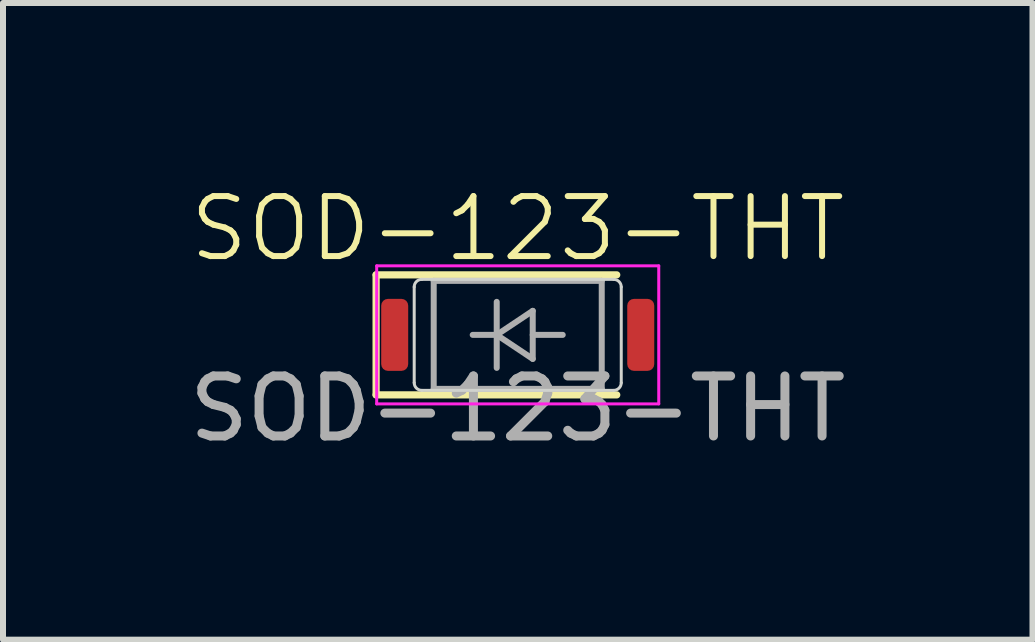
<source format=kicad_pcb>
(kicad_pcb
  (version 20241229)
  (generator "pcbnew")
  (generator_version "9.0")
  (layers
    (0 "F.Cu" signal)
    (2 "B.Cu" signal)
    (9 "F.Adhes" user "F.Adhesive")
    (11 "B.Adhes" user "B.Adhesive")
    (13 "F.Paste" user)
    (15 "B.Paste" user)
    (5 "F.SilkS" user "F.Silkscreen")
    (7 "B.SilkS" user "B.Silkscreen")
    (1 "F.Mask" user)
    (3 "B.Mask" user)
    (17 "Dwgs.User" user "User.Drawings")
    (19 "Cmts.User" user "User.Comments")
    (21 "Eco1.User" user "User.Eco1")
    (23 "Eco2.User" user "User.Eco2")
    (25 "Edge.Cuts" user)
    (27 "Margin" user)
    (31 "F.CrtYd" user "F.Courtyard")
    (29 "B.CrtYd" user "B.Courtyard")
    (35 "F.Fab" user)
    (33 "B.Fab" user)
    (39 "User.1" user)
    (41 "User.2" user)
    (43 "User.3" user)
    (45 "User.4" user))
  (footprint "SOD-123-THT"
    (layer "F.Cu")
    (at 5.577 2.53)
    (property "Reference" "SOD-123-THT" (at 0 -1.77 0) (unlocked yes) (layer "F.SilkS") (effects (font (size 1 1) (thickness 0.1))))
    (attr smd)
    (fp_line (start -2.36 -1) (end -2.36 1) (stroke (width 0.12) (type solid)) (layer "F.SilkS"))
    (fp_line (start -2.36 -1) (end 1.65 -1) (stroke (width 0.12) (type solid)) (layer "F.SilkS"))
    (fp_line (start -2.36 1) (end 1.65 1) (stroke (width 0.12) (type solid)) (layer "F.SilkS"))
    (fp_line (start -1.725 0.798) (end -1.725 -0.798) (stroke (width 0.05) (type default)) (layer "Edge.Cuts"))
    (fp_line (start -1.598 -0.925) (end 1.598 -0.925) (stroke (width 0.05) (type default)) (layer "Edge.Cuts"))
    (fp_line (start 1.598 0.925) (end -1.598 0.925) (stroke (width 0.05) (type default)) (layer "Edge.Cuts"))
    (fp_line (start 1.725 -0.798) (end 1.725 0.798) (stroke (width 0.05) (type default)) (layer "Edge.Cuts"))
    (fp_arc (start -1.725 -0.798) (mid -1.687803 -0.887803) (end -1.598 -0.925) (stroke (width 0.05) (type default)) (layer "Edge.Cuts"))
    (fp_arc (start -1.598 0.925) (mid -1.687803 0.887803) (end -1.725 0.798) (stroke (width 0.05) (type default)) (layer "Edge.Cuts"))
    (fp_arc (start 1.598 -0.925) (mid 1.687803 -0.887803) (end 1.725 -0.798) (stroke (width 0.05) (type default)) (layer "Edge.Cuts"))
    (fp_arc (start 1.725 0.798) (mid 1.687803 0.887803) (end 1.598 0.925) (stroke (width 0.05) (type default)) (layer "Edge.Cuts"))
    (fp_line (start -2.35 -1.15) (end -2.35 1.15) (stroke (width 0.05) (type solid)) (layer "F.CrtYd"))
    (fp_line (start -2.35 -1.15) (end 2.35 -1.15) (stroke (width 0.05) (type solid)) (layer "F.CrtYd"))
    (fp_line (start 2.35 -1.15) (end 2.35 1.15) (stroke (width 0.05) (type solid)) (layer "F.CrtYd"))
    (fp_line (start 2.35 1.15) (end -2.35 1.15) (stroke (width 0.05) (type solid)) (layer "F.CrtYd"))
    (fp_line (start -1.4 -0.9) (end 1.4 -0.9) (stroke (width 0.1) (type solid)) (layer "F.Fab"))
    (fp_line (start -1.4 0.9) (end -1.4 -0.9) (stroke (width 0.1) (type solid)) (layer "F.Fab"))
    (fp_line (start -0.75 0) (end -0.35 0) (stroke (width 0.1) (type solid)) (layer "F.Fab"))
    (fp_line (start -0.35 0) (end -0.35 -0.55) (stroke (width 0.1) (type solid)) (layer "F.Fab"))
    (fp_line (start -0.35 0) (end -0.35 0.55) (stroke (width 0.1) (type solid)) (layer "F.Fab"))
    (fp_line (start -0.35 0) (end 0.25 -0.4) (stroke (width 0.1) (type solid)) (layer "F.Fab"))
    (fp_line (start 0.25 -0.4) (end 0.25 0.4) (stroke (width 0.1) (type solid)) (layer "F.Fab"))
    (fp_line (start 0.25 0) (end 0.75 0) (stroke (width 0.1) (type solid)) (layer "F.Fab"))
    (fp_line (start 0.25 0.4) (end -0.35 0) (stroke (width 0.1) (type solid)) (layer "F.Fab"))
    (fp_line (start 1.4 -0.9) (end 1.4 0.9) (stroke (width 0.1) (type solid)) (layer "F.Fab"))
    (fp_line (start 1.4 0.9) (end -1.4 0.9) (stroke (width 0.1) (type solid)) (layer "F.Fab"))
    (fp_text user "${REFERENCE}" (at 0 1.23 0) (unlocked yes) (layer "F.Fab") (effects (font (size 1 1) (thickness 0.15))))
    (pad "1" smd roundrect (at -2.05 0) (size 0.45 1.2) (layers "F.Cu" "F.Mask" "F.Paste") (roundrect_rratio 0.25))
    (pad "2" smd roundrect (at 2.05 0) (size 0.45 1.2) (layers "F.Cu" "F.Mask" "F.Paste") (roundrect_rratio 0.25)))
  (gr_rect
    (start -3 -3)
    (end 14.155 7.609)
    (stroke (width 0.1) (type default))
    (fill no)
    (layer "Edge.Cuts")))
</source>
